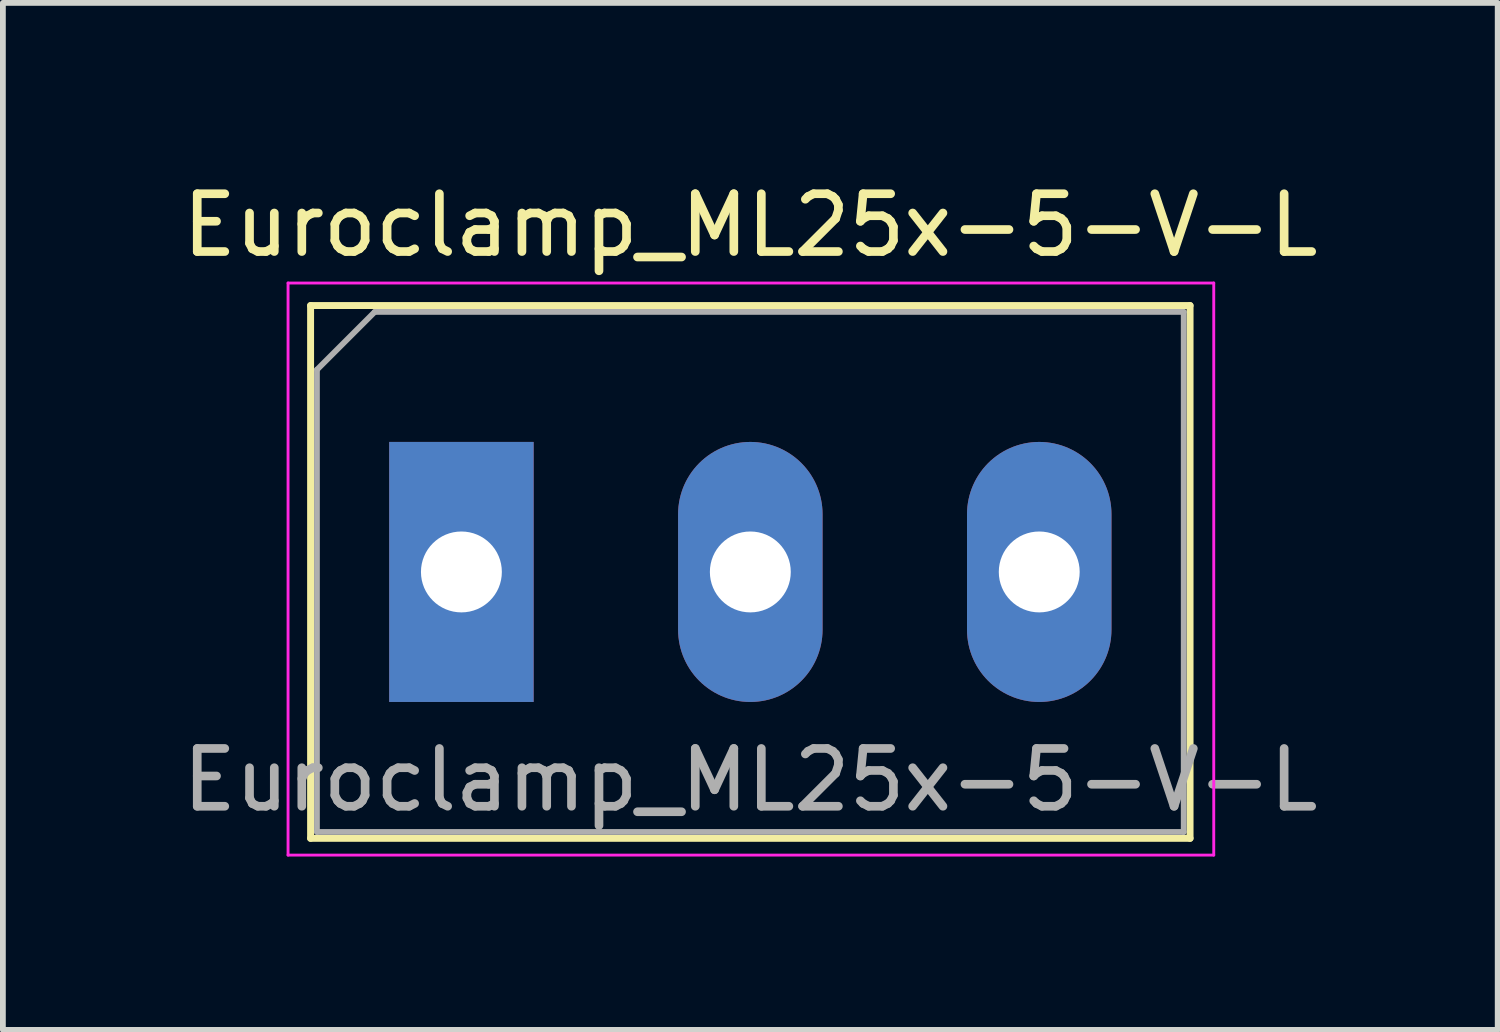
<source format=kicad_pcb>
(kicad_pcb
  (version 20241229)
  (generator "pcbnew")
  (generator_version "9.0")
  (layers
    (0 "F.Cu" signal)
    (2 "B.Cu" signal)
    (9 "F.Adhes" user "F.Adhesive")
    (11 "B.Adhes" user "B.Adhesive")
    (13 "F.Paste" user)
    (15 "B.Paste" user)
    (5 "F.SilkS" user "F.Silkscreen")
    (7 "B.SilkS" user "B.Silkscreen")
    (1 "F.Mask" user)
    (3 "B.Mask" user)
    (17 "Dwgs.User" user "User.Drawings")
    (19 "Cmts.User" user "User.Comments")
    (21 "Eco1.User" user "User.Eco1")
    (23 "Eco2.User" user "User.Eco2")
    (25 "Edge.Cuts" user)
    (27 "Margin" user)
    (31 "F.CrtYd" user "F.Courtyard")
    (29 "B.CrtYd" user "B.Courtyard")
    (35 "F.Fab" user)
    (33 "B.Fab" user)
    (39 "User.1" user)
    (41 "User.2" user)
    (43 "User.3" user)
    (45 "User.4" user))
  (footprint "Euroclamp_ML25x-5-V-L"
    (layer "F.Cu")
    (at 4.935 6.848)
    (property "Reference" "Euroclamp_ML25x-5-V-L" (at 5 -6 0) (layer "F.SilkS") (effects (font (size 1 1) (thickness 0.15))))
    (attr through_hole)
    (fp_line (start -2.61 -4.61) (end 12.61 -4.61) (stroke (width 0.12) (type solid)) (layer "F.SilkS"))
    (fp_line (start -2.61 4.61) (end -2.61 -4.61) (stroke (width 0.12) (type solid)) (layer "F.SilkS"))
    (fp_line (start 12.61 -4.61) (end 12.61 4.61) (stroke (width 0.12) (type solid)) (layer "F.SilkS"))
    (fp_line (start 12.61 4.61) (end -2.61 4.61) (stroke (width 0.12) (type solid)) (layer "F.SilkS"))
    (fp_line (start -3 -5) (end 13.02 -5) (stroke (width 0.05) (type solid)) (layer "F.CrtYd"))
    (fp_line (start -3 4.9) (end -3 -5) (stroke (width 0.05) (type solid)) (layer "F.CrtYd"))
    (fp_line (start 13.02 -5) (end 13.02 4.9) (stroke (width 0.05) (type solid)) (layer "F.CrtYd"))
    (fp_line (start 13.02 4.9) (end -3 4.9) (stroke (width 0.05) (type solid)) (layer "F.CrtYd"))
    (fp_line (start -2.5 -3.5) (end -1.5 -4.5) (stroke (width 0.1) (type solid)) (layer "F.Fab"))
    (fp_line (start -2.5 4.5) (end -2.5 -3.5) (stroke (width 0.1) (type solid)) (layer "F.Fab"))
    (fp_line (start -1.5 -4.5) (end 12.5 -4.5) (stroke (width 0.1) (type solid)) (layer "F.Fab"))
    (fp_line (start 12.5 -4.5) (end 12.5 4.5) (stroke (width 0.1) (type solid)) (layer "F.Fab"))
    (fp_line (start 12.5 4.5) (end -2.5 4.5) (stroke (width 0.1) (type solid)) (layer "F.Fab"))
    (fp_text user "${REFERENCE}" (at 5 3.6 0) (layer "F.Fab") (effects (font (size 1 1) (thickness 0.15))))
    (pad "1" thru_hole rect (at 0 0) (size 2.5 4.5) (drill 1.4) (layers "*.Cu" "*.Mask"))
    (pad "2" thru_hole oval (at 5 0) (size 2.5 4.5) (drill 1.4) (layers "*.Cu" "*.Mask"))
    (pad "3" thru_hole oval (at 10 0) (size 2.5 4.5) (drill 1.4) (layers "*.Cu" "*.Mask")))
  (gr_rect
    (start -3 -3)
    (end 22.869 14.773)
    (stroke (width 0.1) (type default))
    (fill no)
    (layer "Edge.Cuts")))
</source>
